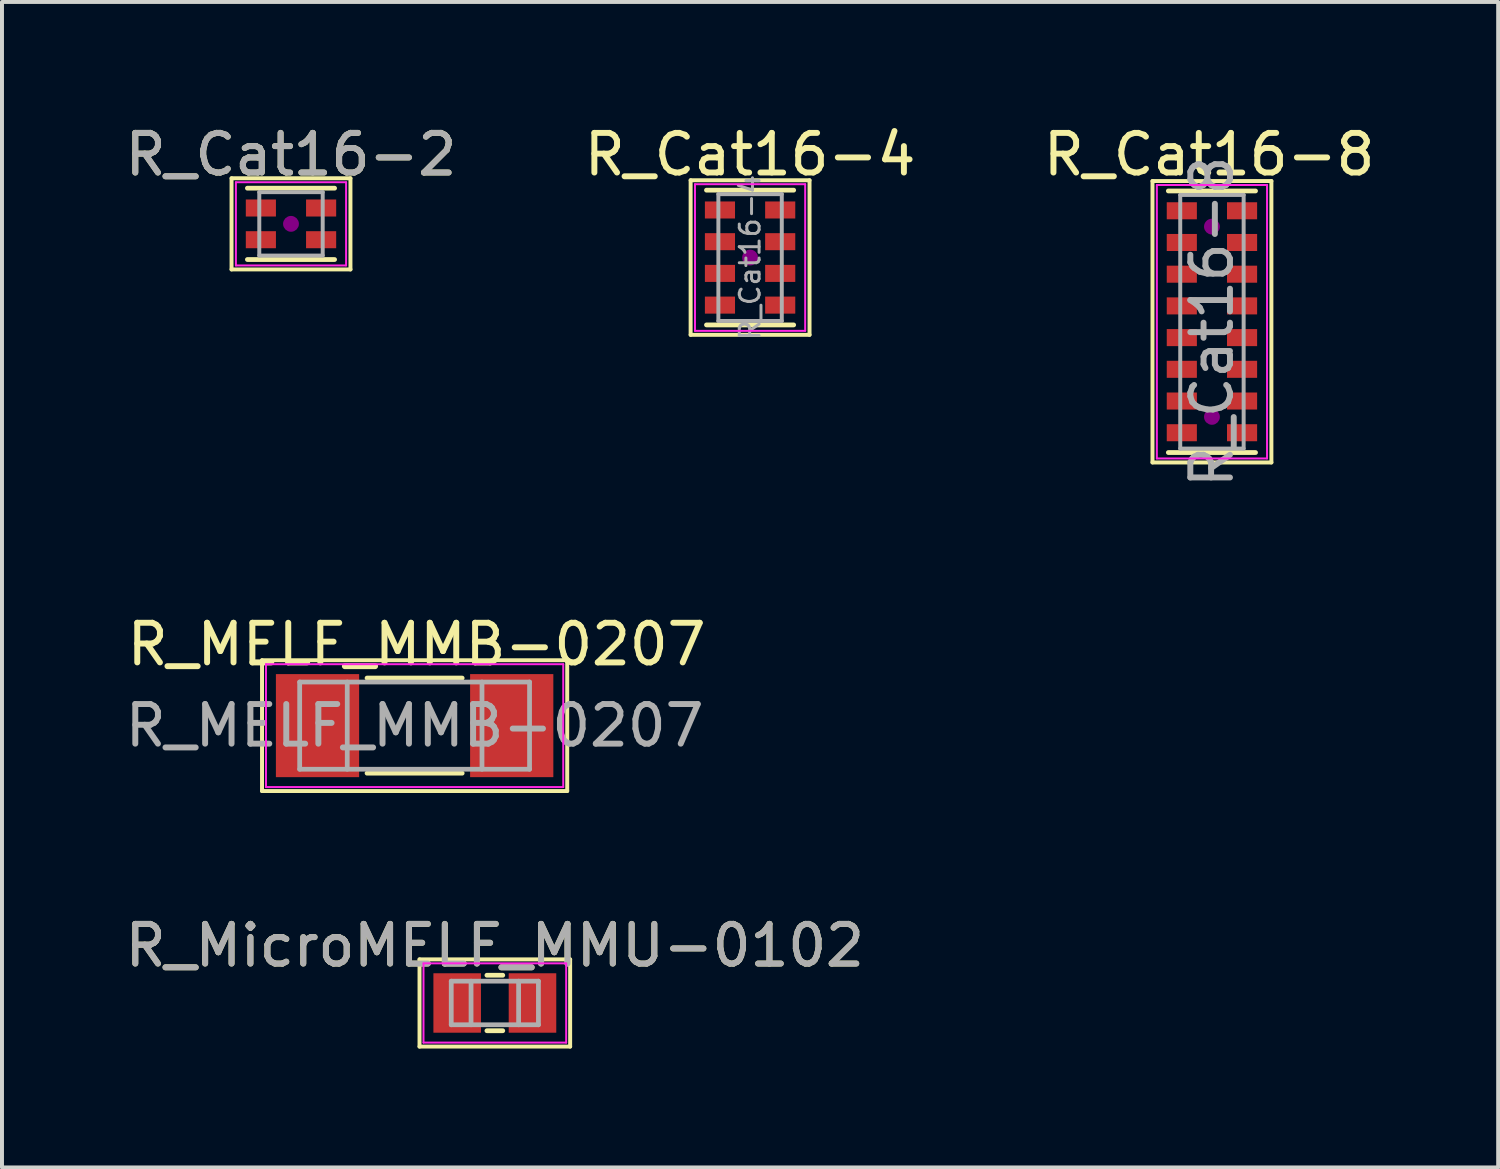
<source format=kicad_pcb>
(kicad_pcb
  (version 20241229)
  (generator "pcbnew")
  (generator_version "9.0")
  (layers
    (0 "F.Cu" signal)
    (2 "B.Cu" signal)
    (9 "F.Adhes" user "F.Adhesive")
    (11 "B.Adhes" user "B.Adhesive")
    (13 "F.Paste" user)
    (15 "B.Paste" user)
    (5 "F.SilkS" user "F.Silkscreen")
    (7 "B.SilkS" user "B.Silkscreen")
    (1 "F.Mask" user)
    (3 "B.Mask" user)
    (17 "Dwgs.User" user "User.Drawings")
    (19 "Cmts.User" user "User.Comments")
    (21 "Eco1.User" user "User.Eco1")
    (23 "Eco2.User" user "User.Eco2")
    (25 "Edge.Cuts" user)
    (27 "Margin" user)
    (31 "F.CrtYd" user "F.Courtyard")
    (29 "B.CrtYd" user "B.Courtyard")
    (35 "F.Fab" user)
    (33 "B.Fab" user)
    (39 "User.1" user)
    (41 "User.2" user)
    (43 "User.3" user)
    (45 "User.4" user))
  (footprint "R_MicroMELF_MMU-0102"
    (layer "F.Cu")
    (at 9.435 22.256)
    (property "Reference" "R_MicroMELF_MMU-0102" (at 0 -1.45 0) (layer "F.SilkS") (effects (font (size 1 1) (thickness 0.15))))
    (attr smd)
    (fp_line (start -1.9 -1.1) (end 1.9 -1.1) (stroke (width 0.1) (type default)) (layer "F.SilkS"))
    (fp_line (start -1.9 1.1) (end -1.9 -1.1) (stroke (width 0.1) (type default)) (layer "F.SilkS"))
    (fp_line (start -0.2 -0.7) (end 0.2 -0.7) (stroke (width 0.12) (type solid)) (layer "F.SilkS"))
    (fp_line (start 0.2 0.7) (end -0.2 0.7) (stroke (width 0.12) (type solid)) (layer "F.SilkS"))
    (fp_line (start 1.9 -1.1) (end 1.9 1.1) (stroke (width 0.1) (type default)) (layer "F.SilkS"))
    (fp_line (start 1.9 1.1) (end -1.9 1.1) (stroke (width 0.1) (type default)) (layer "F.SilkS"))
    (fp_line (start -1.8 -1) (end -1.8 1) (stroke (width 0.05) (type solid)) (layer "F.CrtYd"))
    (fp_line (start -1.8 -1) (end 1.8 -1) (stroke (width 0.05) (type solid)) (layer "F.CrtYd"))
    (fp_line (start 1.8 1) (end -1.8 1) (stroke (width 0.05) (type solid)) (layer "F.CrtYd"))
    (fp_line (start 1.8 1) (end 1.8 -1) (stroke (width 0.05) (type solid)) (layer "F.CrtYd"))
    (fp_line (start -1.1 -0.55) (end 1.1 -0.55) (stroke (width 0.12) (type solid)) (layer "F.Fab"))
    (fp_line (start -1.1 0.55) (end -1.1 -0.55) (stroke (width 0.12) (type solid)) (layer "F.Fab"))
    (fp_line (start -0.6 -0.55) (end -0.6 0.55) (stroke (width 0.12) (type solid)) (layer "F.Fab"))
    (fp_line (start 0.6 -0.55) (end 0.6 0.55) (stroke (width 0.12) (type solid)) (layer "F.Fab"))
    (fp_line (start 1.1 -0.55) (end 1.1 0.55) (stroke (width 0.12) (type solid)) (layer "F.Fab"))
    (fp_line (start 1.1 0.55) (end -1.1 0.55) (stroke (width 0.12) (type solid)) (layer "F.Fab"))
    (fp_text user "${REFERENCE}" (at 0 -1.45 0) (layer "F.Fab") (effects (font (size 1 1) (thickness 0.15))))
    (pad "1" smd rect (at -0.95 0) (size 1.2 1.5) (layers "F.Cu" "F.Mask" "F.Paste"))
    (pad "2" smd rect (at 0.95 0) (size 1.2 1.5) (layers "F.Cu" "F.Mask" "F.Paste")))
  (footprint "R_Cat16-4"
    (layer "F.Cu")
    (at 15.875 3.448)
    (property "Reference" "R_Cat16-4" (at 0 -2.6 0) (layer "F.SilkS") (effects (font (size 1 1) (thickness 0.15))))
    (attr smd)
    (fp_line (start -1.5 -1.95) (end 1.5 -1.95) (stroke (width 0.1) (type default)) (layer "F.SilkS"))
    (fp_line (start -1.5 1.95) (end -1.5 -1.95) (stroke (width 0.1) (type default)) (layer "F.SilkS"))
    (fp_line (start 1.1 -1.7) (end -1.1 -1.7) (stroke (width 0.12) (type solid)) (layer "F.SilkS"))
    (fp_line (start 1.1 1.7) (end -1.1 1.7) (stroke (width 0.12) (type solid)) (layer "F.SilkS"))
    (fp_line (start 1.5 -1.95) (end 1.5 1.95) (stroke (width 0.1) (type default)) (layer "F.SilkS"))
    (fp_line (start 1.5 1.95) (end -1.5 1.95) (stroke (width 0.1) (type default)) (layer "F.SilkS"))
    (fp_circle (center 0 0) (end -0.1 0) (stroke (width 0.2) (type solid)) (fill no) (layer "F.Adhes"))
    (fp_line (start -1.39 -1.85) (end -1.39 1.85) (stroke (width 0.05) (type solid)) (layer "F.CrtYd"))
    (fp_line (start -1.39 -1.85) (end 1.39 -1.85) (stroke (width 0.05) (type solid)) (layer "F.CrtYd"))
    (fp_line (start 1.39 1.85) (end -1.39 1.85) (stroke (width 0.05) (type solid)) (layer "F.CrtYd"))
    (fp_line (start 1.39 1.85) (end 1.39 -1.85) (stroke (width 0.05) (type solid)) (layer "F.CrtYd"))
    (fp_line (start -0.8 -1.6) (end 0.8 -1.6) (stroke (width 0.1) (type solid)) (layer "F.Fab"))
    (fp_line (start -0.8 1.6) (end -0.8 -1.6) (stroke (width 0.1) (type solid)) (layer "F.Fab"))
    (fp_line (start 0.8 -1.6) (end 0.8 1.6) (stroke (width 0.1) (type solid)) (layer "F.Fab"))
    (fp_line (start 0.8 1.6) (end -0.8 1.6) (stroke (width 0.1) (type solid)) (layer "F.Fab"))
    (fp_text user "${REFERENCE}" (at 0 0 90) (layer "F.Fab") (effects (font (size 0.5 0.5) (thickness 0.075))))
    (pad "1" smd rect (at -0.76 -1.2 180) (size 0.76 0.43) (layers "F.Cu" "F.Mask" "F.Paste"))
    (pad "2" smd rect (at -0.76 -0.4 180) (size 0.76 0.43) (layers "F.Cu" "F.Mask" "F.Paste"))
    (pad "3" smd rect (at -0.76 0.4 180) (size 0.76 0.43) (layers "F.Cu" "F.Mask" "F.Paste"))
    (pad "4" smd rect (at -0.76 1.2 180) (size 0.76 0.43) (layers "F.Cu" "F.Mask" "F.Paste"))
    (pad "5" smd rect (at 0.76 1.2 180) (size 0.76 0.43) (layers "F.Cu" "F.Mask" "F.Paste"))
    (pad "6" smd rect (at 0.76 0.4 180) (size 0.76 0.43) (layers "F.Cu" "F.Mask" "F.Paste"))
    (pad "7" smd rect (at 0.76 -0.4 180) (size 0.76 0.43) (layers "F.Cu" "F.Mask" "F.Paste"))
    (pad "8" smd rect (at 0.76 -1.2 180) (size 0.76 0.43) (layers "F.Cu" "F.Mask" "F.Paste")))
  (footprint "R_MELF_MMB-0207"
    (layer "F.Cu")
    (at 7.411 15.258)
    (property "Reference" "R_MELF_MMB-0207" (at 0.05 -2.05 0) (layer "F.SilkS") (effects (font (size 1 1) (thickness 0.15))))
    (attr smd)
    (fp_line (start -3.85 -1.65) (end 3.85 -1.65) (stroke (width 0.1) (type default)) (layer "F.SilkS"))
    (fp_line (start -3.85 1.65) (end -3.85 -1.65) (stroke (width 0.1) (type default)) (layer "F.SilkS"))
    (fp_line (start 1.2 -1.2) (end -1.2 -1.2) (stroke (width 0.12) (type solid)) (layer "F.SilkS"))
    (fp_line (start 1.2 1.2) (end -1.2 1.2) (stroke (width 0.12) (type solid)) (layer "F.SilkS"))
    (fp_line (start 3.85 -1.65) (end 3.85 1.65) (stroke (width 0.1) (type default)) (layer "F.SilkS"))
    (fp_line (start 3.85 1.65) (end -3.85 1.65) (stroke (width 0.1) (type default)) (layer "F.SilkS"))
    (fp_line (start -3.75 -1.55) (end -3.75 1.55) (stroke (width 0.05) (type solid)) (layer "F.CrtYd"))
    (fp_line (start -3.75 -1.55) (end 3.75 -1.55) (stroke (width 0.05) (type solid)) (layer "F.CrtYd"))
    (fp_line (start 3.75 1.55) (end -3.75 1.55) (stroke (width 0.05) (type solid)) (layer "F.CrtYd"))
    (fp_line (start 3.75 1.55) (end 3.75 -1.55) (stroke (width 0.05) (type solid)) (layer "F.CrtYd"))
    (fp_line (start -2.9 -1.1) (end -2.9 1.1) (stroke (width 0.12) (type solid)) (layer "F.Fab"))
    (fp_line (start -2.9 1.1) (end 2.9 1.1) (stroke (width 0.12) (type solid)) (layer "F.Fab"))
    (fp_line (start -1.7 -1.1) (end -1.7 1.1) (stroke (width 0.12) (type solid)) (layer "F.Fab"))
    (fp_line (start 1.7 -1.1) (end 1.7 1.1) (stroke (width 0.12) (type solid)) (layer "F.Fab"))
    (fp_line (start 2.9 -1.1) (end -2.9 -1.1) (stroke (width 0.12) (type solid)) (layer "F.Fab"))
    (fp_line (start 2.9 1.1) (end 2.9 -1.1) (stroke (width 0.12) (type solid)) (layer "F.Fab"))
    (fp_text user "${REFERENCE}" (at 0 0 0) (layer "F.Fab") (effects (font (size 1 1) (thickness 0.15))))
    (pad "1" smd rect (at -2.45 0) (size 2.1 2.6) (layers "F.Cu" "F.Mask" "F.Paste"))
    (pad "2" smd rect (at 2.45 0) (size 2.1 2.6) (layers "F.Cu" "F.Mask" "F.Paste")))
  (footprint "R_Cat16-2"
    (layer "F.Cu")
    (at 4.292 2.598)
    (property "Reference" "R_Cat16-2" (at 0 -1.75 0) (layer "F.SilkS") (effects (font (size 1 1) (thickness 0.15))))
    (attr smd)
    (fp_line (start -1.5 -1.15) (end 1.5 -1.15) (stroke (width 0.1) (type default)) (layer "F.SilkS"))
    (fp_line (start -1.5 1.15) (end -1.5 -1.15) (stroke (width 0.1) (type default)) (layer "F.SilkS"))
    (fp_line (start 1.1 -0.9) (end -1.1 -0.9) (stroke (width 0.12) (type solid)) (layer "F.SilkS"))
    (fp_line (start 1.1 0.9) (end -1.1 0.9) (stroke (width 0.12) (type solid)) (layer "F.SilkS"))
    (fp_line (start 1.5 -1.15) (end 1.5 1.15) (stroke (width 0.1) (type default)) (layer "F.SilkS"))
    (fp_line (start 1.5 1.15) (end -1.5 1.15) (stroke (width 0.1) (type default)) (layer "F.SilkS"))
    (fp_circle (center 0 0) (end -0.1 0) (stroke (width 0.2) (type solid)) (fill no) (layer "F.Adhes"))
    (fp_line (start -1.39 -1.05) (end -1.39 1.05) (stroke (width 0.05) (type solid)) (layer "F.CrtYd"))
    (fp_line (start -1.39 -1.05) (end 1.39 -1.05) (stroke (width 0.05) (type solid)) (layer "F.CrtYd"))
    (fp_line (start 1.39 1.05) (end -1.39 1.05) (stroke (width 0.05) (type solid)) (layer "F.CrtYd"))
    (fp_line (start 1.39 1.05) (end 1.39 -1.05) (stroke (width 0.05) (type solid)) (layer "F.CrtYd"))
    (fp_line (start -0.8 -0.8) (end 0.8 -0.8) (stroke (width 0.1) (type solid)) (layer "F.Fab"))
    (fp_line (start -0.8 0.8) (end -0.8 -0.8) (stroke (width 0.1) (type solid)) (layer "F.Fab"))
    (fp_line (start 0.8 -0.8) (end 0.8 0.8) (stroke (width 0.1) (type solid)) (layer "F.Fab"))
    (fp_line (start 0.8 0.8) (end -0.8 0.8) (stroke (width 0.1) (type solid)) (layer "F.Fab"))
    (fp_text user "${REFERENCE}" (at 0 -1.75 0) (layer "F.Fab") (effects (font (size 1 1) (thickness 0.15))))
    (pad "1" smd rect (at -0.76 -0.4 180) (size 0.76 0.43) (layers "F.Cu" "F.Mask" "F.Paste"))
    (pad "2" smd rect (at -0.76 0.4 180) (size 0.76 0.43) (layers "F.Cu" "F.Mask" "F.Paste"))
    (pad "3" smd rect (at 0.76 0.4 180) (size 0.76 0.43) (layers "F.Cu" "F.Mask" "F.Paste"))
    (pad "4" smd rect (at 0.76 -0.4 180) (size 0.76 0.43) (layers "F.Cu" "F.Mask" "F.Paste")))
  (footprint "R_Cat16-8"
    (layer "F.Cu")
    (at 27.528 5.068)
    (property "Reference" "R_Cat16-8" (at -0.07 -4.22 0) (layer "F.SilkS") (effects (font (size 1 1) (thickness 0.15))))
    (attr smd)
    (fp_line (start -1.5 -3.55) (end 1.5 -3.55) (stroke (width 0.1) (type default)) (layer "F.SilkS"))
    (fp_line (start -1.5 3.55) (end -1.5 -3.55) (stroke (width 0.1) (type default)) (layer "F.SilkS"))
    (fp_line (start 1.1 -3.3) (end -1.1 -3.3) (stroke (width 0.12) (type solid)) (layer "F.SilkS"))
    (fp_line (start 1.1 3.3) (end -1.1 3.3) (stroke (width 0.12) (type solid)) (layer "F.SilkS"))
    (fp_line (start 1.5 -3.55) (end 1.5 3.55) (stroke (width 0.1) (type default)) (layer "F.SilkS"))
    (fp_line (start 1.5 3.55) (end -1.5 3.55) (stroke (width 0.1) (type default)) (layer "F.SilkS"))
    (fp_circle (center 0 -2.4) (end -0.1 -2.4) (stroke (width 0.2) (type solid)) (fill no) (layer "F.Adhes"))
    (fp_circle (center 0 2.4) (end -0.1 2.4) (stroke (width 0.2) (type solid)) (fill no) (layer "F.Adhes"))
    (fp_line (start -1.39 -3.45) (end -1.39 3.45) (stroke (width 0.05) (type solid)) (layer "F.CrtYd"))
    (fp_line (start -1.39 -3.45) (end 1.39 -3.45) (stroke (width 0.05) (type solid)) (layer "F.CrtYd"))
    (fp_line (start 1.39 3.45) (end -1.39 3.45) (stroke (width 0.05) (type solid)) (layer "F.CrtYd"))
    (fp_line (start 1.39 3.45) (end 1.39 -3.45) (stroke (width 0.05) (type solid)) (layer "F.CrtYd"))
    (fp_line (start -0.8 -3.2) (end 0.8 -3.2) (stroke (width 0.1) (type solid)) (layer "F.Fab"))
    (fp_line (start -0.8 3.2) (end -0.8 -3.2) (stroke (width 0.1) (type solid)) (layer "F.Fab"))
    (fp_line (start 0.8 -3.2) (end 0.8 3.2) (stroke (width 0.1) (type solid)) (layer "F.Fab"))
    (fp_line (start 0.8 3.2) (end -0.8 3.2) (stroke (width 0.1) (type solid)) (layer "F.Fab"))
    (fp_text user "${REFERENCE}" (at 0 0 90) (layer "F.Fab") (effects (font (size 1 1) (thickness 0.15))))
    (pad "1" smd rect (at -0.76 -2.8 180) (size 0.76 0.43) (layers "F.Cu" "F.Mask" "F.Paste"))
    (pad "2" smd rect (at -0.76 -2 180) (size 0.76 0.43) (layers "F.Cu" "F.Mask" "F.Paste"))
    (pad "3" smd rect (at -0.76 -1.2 180) (size 0.76 0.43) (layers "F.Cu" "F.Mask" "F.Paste"))
    (pad "4" smd rect (at -0.76 -0.4 180) (size 0.76 0.43) (layers "F.Cu" "F.Mask" "F.Paste"))
    (pad "5" smd rect (at -0.76 0.4 180) (size 0.76 0.43) (layers "F.Cu" "F.Mask" "F.Paste"))
    (pad "6" smd rect (at -0.76 1.2 180) (size 0.76 0.43) (layers "F.Cu" "F.Mask" "F.Paste"))
    (pad "7" smd rect (at -0.76 2 180) (size 0.76 0.43) (layers "F.Cu" "F.Mask" "F.Paste"))
    (pad "8" smd rect (at -0.76 2.8 180) (size 0.76 0.43) (layers "F.Cu" "F.Mask" "F.Paste"))
    (pad "9" smd rect (at 0.76 2.8 180) (size 0.76 0.43) (layers "F.Cu" "F.Mask" "F.Paste"))
    (pad "10" smd rect (at 0.76 2 180) (size 0.76 0.43) (layers "F.Cu" "F.Mask" "F.Paste"))
    (pad "11" smd rect (at 0.76 1.2 180) (size 0.76 0.43) (layers "F.Cu" "F.Mask" "F.Paste"))
    (pad "12" smd rect (at 0.76 0.4 180) (size 0.76 0.43) (layers "F.Cu" "F.Mask" "F.Paste"))
    (pad "13" smd rect (at 0.76 -0.4 180) (size 0.76 0.43) (layers "F.Cu" "F.Mask" "F.Paste"))
    (pad "14" smd rect (at 0.76 -1.2 180) (size 0.76 0.43) (layers "F.Cu" "F.Mask" "F.Paste"))
    (pad "15" smd rect (at 0.76 -2 180) (size 0.76 0.43) (layers "F.Cu" "F.Mask" "F.Paste"))
    (pad "16" smd rect (at 0.76 -2.8 180) (size 0.76 0.43) (layers "F.Cu" "F.Mask" "F.Paste")))
  (gr_rect
    (start -3 -3)
    (end 34.75 26.406)
    (stroke (width 0.1) (type default))
    (fill no)
    (layer "Edge.Cuts")))
</source>
